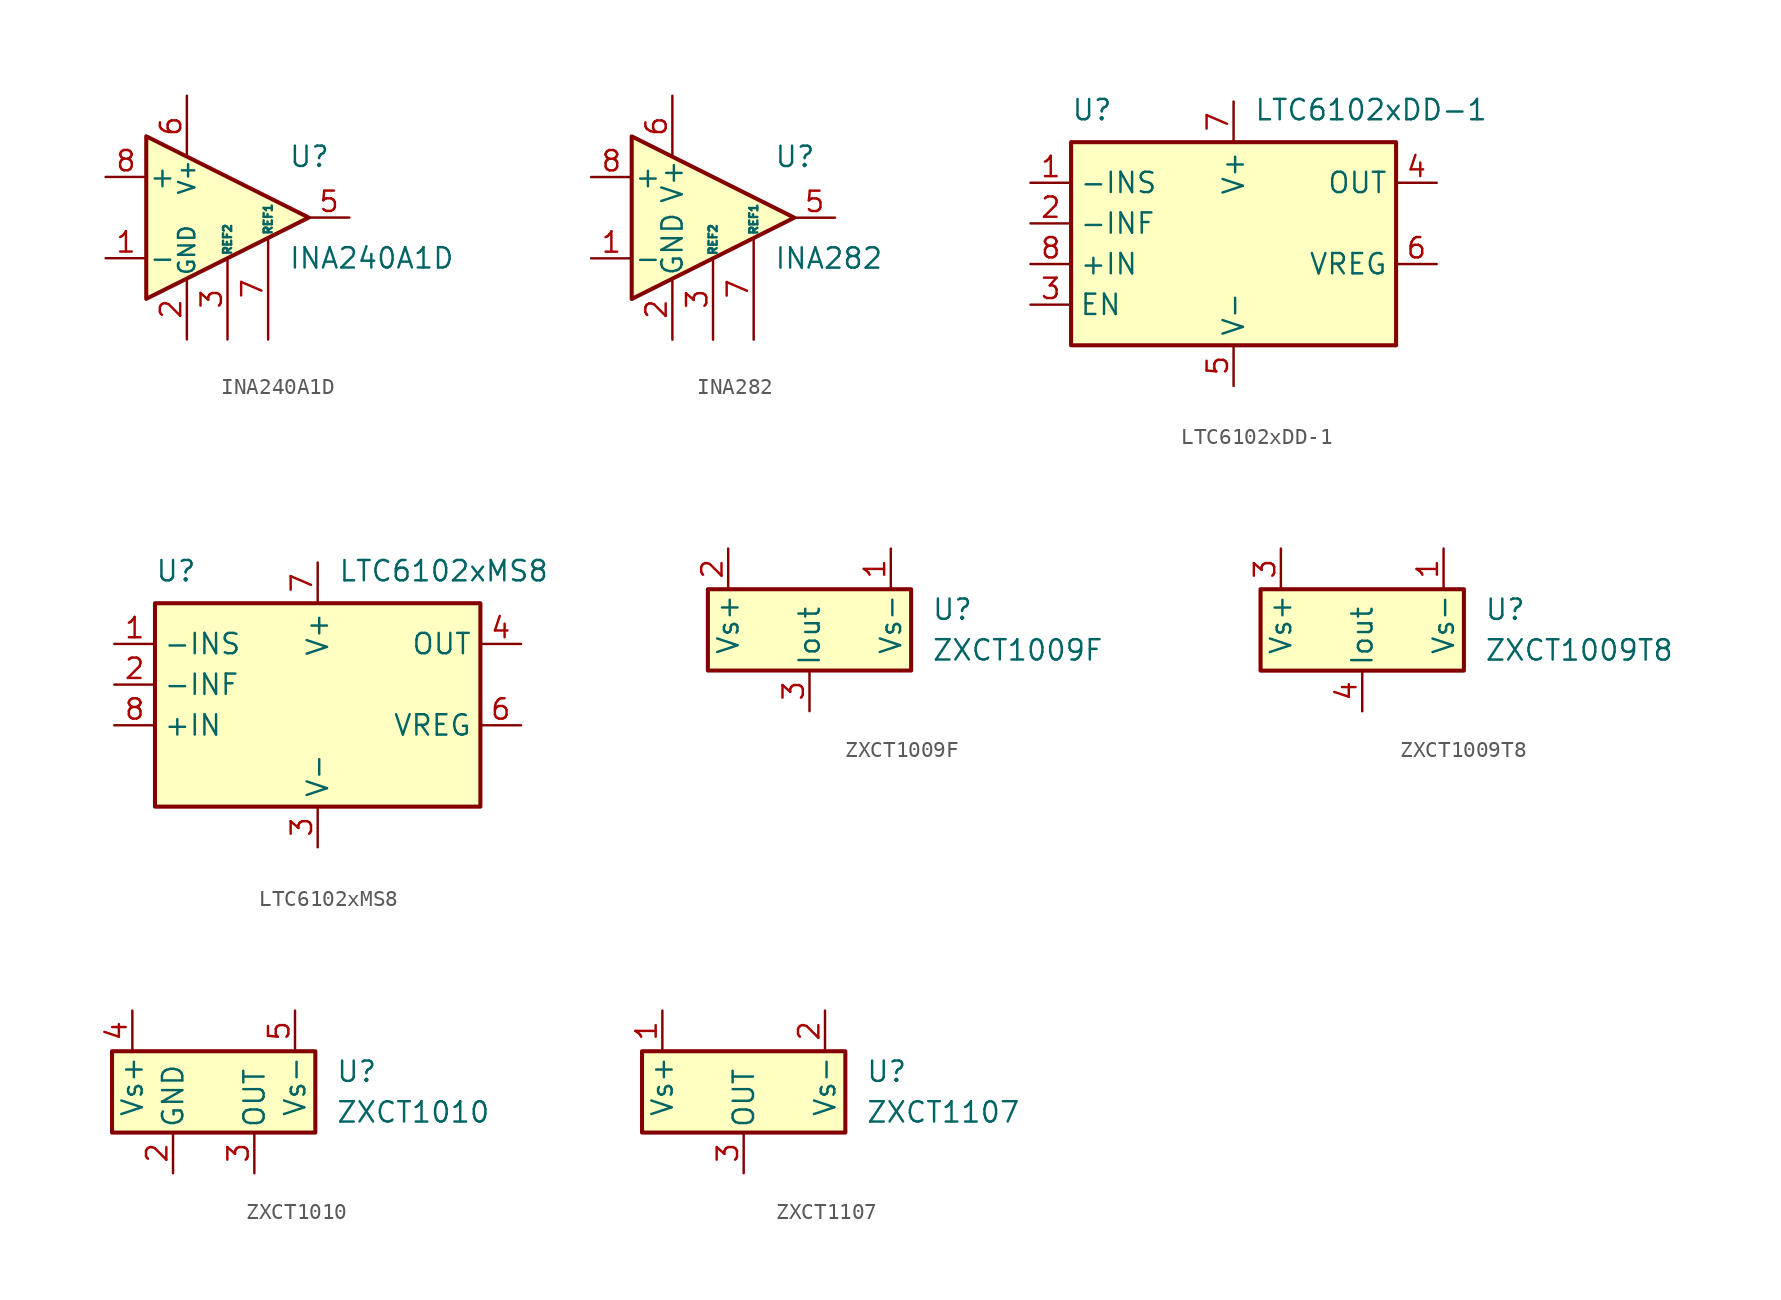
<source format=kicad_sym>
(kicad_symbol_lib
  (version 20220914)
  (generator kicad_symbol_editor)
  (symbol "INA240A1D"
    (pin_names
      (offset 0.127))
    (property "Reference" "U"
      (at 3.81 3.81 0)
      (effects (font (size 1.27 1.27)) (justify left)))
    (property "Value" "INA240A1D"
      (at 3.81 -2.54 0)
      (effects (font (size 1.27 1.27)) (justify left)))
    (symbol "INA240A1D_0_1"
      (polyline (pts (xy 5.08 0) (xy -5.08 5.08) (xy -5.08 -5.08) (xy 5.08 0)) (stroke (width 0.254) (type default)) (fill (type background))))
    (symbol "INA240A1D_1_1"
      (pin input line (at -7.62 -2.54 0) (length 2.54) (name "-" (effects (font (size 1.27 1.27)))) (number "1" (effects (font (size 1.27 1.27)))))
      (pin power_in line (at -2.54 -7.62 90) (length 3.81) (name "GND" (effects (font (size 1.016 1.016)))) (number "2" (effects (font (size 1.27 1.27)))))
      (pin passive line (at 0 -7.62 90) (length 5.08) (name "REF2" (effects (font (size 0.508 0.508)))) (number "3" (effects (font (size 1.27 1.27)))))
      (pin passive line (at -2.54 -7.62 90) (length 3.81) hide (name "GND" (effects (font (size 1.016 1.016)))) (number "4" (effects (font (size 1.27 1.27)))))
      (pin output line (at 7.62 0 180) (length 2.54) (name "~" (effects (font (size 1.27 1.27)))) (number "5" (effects (font (size 1.27 1.27)))))
      (pin power_in line (at -2.54 7.62 270) (length 3.81) (name "V+" (effects (font (size 1.016 1.016)))) (number "6" (effects (font (size 1.27 1.27)))))
      (pin passive line (at 2.54 -7.62 90) (length 6.35) (name "REF1" (effects (font (size 0.508 0.508)))) (number "7" (effects (font (size 1.27 1.27)))))
      (pin input line (at -7.62 2.54 0) (length 2.54) (name "+" (effects (font (size 1.27 1.27)))) (number "8" (effects (font (size 1.27 1.27)))))))
  (symbol "INA282"
    (pin_names
      (offset 0.127))
    (property "Reference" "U"
      (at 3.81 3.81 0)
      (effects (font (size 1.27 1.27)) (justify left)))
    (property "Value" "INA282"
      (at 3.81 -2.54 0)
      (effects (font (size 1.27 1.27)) (justify left)))
    (symbol "INA282_0_1"
      (polyline (pts (xy 5.08 0) (xy -5.08 5.08) (xy -5.08 -5.08) (xy 5.08 0)) (stroke (width 0.254) (type default)) (fill (type background))))
    (symbol "INA282_1_1"
      (pin input line (at -7.62 -2.54 0) (length 2.54) (name "-" (effects (font (size 1.27 1.27)))) (number "1" (effects (font (size 1.27 1.27)))))
      (pin power_in line (at -2.54 -7.62 90) (length 3.81) (name "GND" (effects (font (size 1.27 1.27)))) (number "2" (effects (font (size 1.27 1.27)))))
      (pin input line (at 0 -7.62 90) (length 5.08) (name "REF2" (effects (font (size 0.508 0.508)))) (number "3" (effects (font (size 1.27 1.27)))))
      (pin no_connect line (at -5.08 0 0) (length 2.54) hide (name "NC" (effects (font (size 1.27 1.27)))) (number "4" (effects (font (size 1.27 1.27)))))
      (pin output line (at 7.62 0 180) (length 2.54) (name "~" (effects (font (size 1.27 1.27)))) (number "5" (effects (font (size 1.27 1.27)))))
      (pin input line (at -2.54 7.62 270) (length 3.81) (name "V+" (effects (font (size 1.27 1.27)))) (number "6" (effects (font (size 1.27 1.27)))))
      (pin input line (at 2.54 -7.62 90) (length 6.35) (name "REF1" (effects (font (size 0.508 0.508)))) (number "7" (effects (font (size 1.27 1.27)))))
      (pin input line (at -7.62 2.54 0) (length 2.54) (name "+" (effects (font (size 1.27 1.27)))) (number "8" (effects (font (size 1.27 1.27)))))))
  (symbol "LTC6102xDD-1"
    (property "Reference" "U"
      (at -10.16 8.89 0)
      (effects (font (size 1.27 1.27)) (justify left bottom)))
    (property "Value" "LTC6102xDD-1"
      (at 1.27 8.89 0)
      (effects (font (size 1.27 1.27)) (justify left bottom)))
    (symbol "LTC6102xDD-1_0_1"
      (rectangle (start -10.16 7.62) (end 10.16 -5.08) (stroke (width 0.254) (type default)) (fill (type background))))
    (symbol "LTC6102xDD-1_1_1"
      (pin input line (at -12.7 5.08 0) (length 2.54) (name "-INS" (effects (font (size 1.27 1.27)))) (number "1" (effects (font (size 1.27 1.27)))))
      (pin input line (at -12.7 2.54 0) (length 2.54) (name "-INF" (effects (font (size 1.27 1.27)))) (number "2" (effects (font (size 1.27 1.27)))))
      (pin input line (at -12.7 -2.54 0) (length 2.54) (name "EN" (effects (font (size 1.27 1.27)))) (number "3" (effects (font (size 1.27 1.27)))))
      (pin output line (at 12.7 5.08 180) (length 2.54) (name "OUT" (effects (font (size 1.27 1.27)))) (number "4" (effects (font (size 1.27 1.27)))))
      (pin power_in line (at 0 -7.62 90) (length 2.54) (name "V-" (effects (font (size 1.27 1.27)))) (number "5" (effects (font (size 1.27 1.27)))))
      (pin output line (at 12.7 0 180) (length 2.54) (name "VREG" (effects (font (size 1.27 1.27)))) (number "6" (effects (font (size 1.27 1.27)))))
      (pin power_in line (at 0 10.16 270) (length 2.54) (name "V+" (effects (font (size 1.27 1.27)))) (number "7" (effects (font (size 1.27 1.27)))))
      (pin input line (at -12.7 0 0) (length 2.54) (name "+IN" (effects (font (size 1.27 1.27)))) (number "8" (effects (font (size 1.27 1.27)))))
      (pin passive line (at 0 -7.62 90) (length 2.54) hide (name "V-" (effects (font (size 1.27 1.27)))) (number "9" (effects (font (size 1.27 1.27)))))))
  (symbol "LTC6102xMS8"
    (property "Reference" "U"
      (at -10.16 8.89 0)
      (effects (font (size 1.27 1.27)) (justify left bottom)))
    (property "Value" "LTC6102xMS8"
      (at 1.27 8.89 0)
      (effects (font (size 1.27 1.27)) (justify left bottom)))
    (symbol "LTC6102xMS8_0_1"
      (rectangle (start -10.16 7.62) (end 10.16 -5.08) (stroke (width 0.254) (type default)) (fill (type background))))
    (symbol "LTC6102xMS8_1_1"
      (pin input line (at -12.7 5.08 0) (length 2.54) (name "-INS" (effects (font (size 1.27 1.27)))) (number "1" (effects (font (size 1.27 1.27)))))
      (pin input line (at -12.7 2.54 0) (length 2.54) (name "-INF" (effects (font (size 1.27 1.27)))) (number "2" (effects (font (size 1.27 1.27)))))
      (pin power_in line (at 0 -7.62 90) (length 2.54) (name "V-" (effects (font (size 1.27 1.27)))) (number "3" (effects (font (size 1.27 1.27)))))
      (pin output line (at 12.7 5.08 180) (length 2.54) (name "OUT" (effects (font (size 1.27 1.27)))) (number "4" (effects (font (size 1.27 1.27)))))
      (pin passive line (at 0 -7.62 90) (length 2.54) hide (name "V-" (effects (font (size 1.27 1.27)))) (number "5" (effects (font (size 1.27 1.27)))))
      (pin output line (at 12.7 0 180) (length 2.54) (name "VREG" (effects (font (size 1.27 1.27)))) (number "6" (effects (font (size 1.27 1.27)))))
      (pin power_in line (at 0 10.16 270) (length 2.54) (name "V+" (effects (font (size 1.27 1.27)))) (number "7" (effects (font (size 1.27 1.27)))))
      (pin input line (at -12.7 0 0) (length 2.54) (name "+IN" (effects (font (size 1.27 1.27)))) (number "8" (effects (font (size 1.27 1.27)))))))
  (symbol "ZXCT1009F"
    (pin_names
      (offset 0.254))
    (property "Reference" "U"
      (at 7.62 1.27 0)
      (effects (font (size 1.27 1.27)) (justify left)))
    (property "Value" "ZXCT1009F"
      (at 7.62 -1.27 0)
      (effects (font (size 1.27 1.27)) (justify left)))
    (symbol "ZXCT1009F_0_1"
      (rectangle (start -6.35 2.54) (end 6.35 -2.54) (stroke (width 0.254) (type default)) (fill (type background))))
    (symbol "ZXCT1009F_1_1"
      (pin input line (at 5.08 5.08 270) (length 2.54) (name "Vs-" (effects (font (size 1.27 1.27)))) (number "1" (effects (font (size 1.27 1.27)))))
      (pin input line (at -5.08 5.08 270) (length 2.54) (name "Vs+" (effects (font (size 1.27 1.27)))) (number "2" (effects (font (size 1.27 1.27)))))
      (pin output line (at 0 -5.08 90) (length 2.54) (name "Iout" (effects (font (size 1.27 1.27)))) (number "3" (effects (font (size 1.27 1.27)))))))
  (symbol "ZXCT1009T8"
    (pin_names
      (offset 0.254))
    (property "Reference" "U"
      (at 7.62 1.27 0)
      (effects (font (size 1.27 1.27)) (justify left)))
    (property "Value" "ZXCT1009T8"
      (at 7.62 -1.27 0)
      (effects (font (size 1.27 1.27)) (justify left)))
    (symbol "ZXCT1009T8_0_1"
      (rectangle (start -6.35 2.54) (end 6.35 -2.54) (stroke (width 0.254) (type default)) (fill (type background))))
    (symbol "ZXCT1009T8_1_1"
      (pin input line (at 5.08 5.08 270) (length 2.54) (name "Vs-" (effects (font (size 1.27 1.27)))) (number "1" (effects (font (size 1.27 1.27)))))
      (pin no_connect line (at -2.54 2.54 270) (length 2.54) hide (name "NC" (effects (font (size 1.27 1.27)))) (number "2" (effects (font (size 1.27 1.27)))))
      (pin input line (at -5.08 5.08 270) (length 2.54) (name "Vs+" (effects (font (size 1.27 1.27)))) (number "3" (effects (font (size 1.27 1.27)))))
      (pin output line (at 0 -5.08 90) (length 2.54) (name "Iout" (effects (font (size 1.27 1.27)))) (number "4" (effects (font (size 1.27 1.27)))))
      (pin no_connect line (at 0 2.54 270) (length 2.54) hide (name "NC" (effects (font (size 1.27 1.27)))) (number "5" (effects (font (size 1.27 1.27)))))
      (pin no_connect line (at 2.54 2.54 270) (length 2.54) hide (name "NC" (effects (font (size 1.27 1.27)))) (number "6" (effects (font (size 1.27 1.27)))))
      (pin no_connect line (at -2.54 -2.54 90) (length 2.54) hide (name "NC" (effects (font (size 1.27 1.27)))) (number "7" (effects (font (size 1.27 1.27)))))
      (pin no_connect line (at 2.54 -2.54 90) (length 2.54) hide (name "NC" (effects (font (size 1.27 1.27)))) (number "8" (effects (font (size 1.27 1.27)))))))
  (symbol "ZXCT1010"
    (pin_names
      (offset 0.254))
    (property "Reference" "U"
      (at 7.62 1.27 0)
      (effects (font (size 1.27 1.27)) (justify left)))
    (property "Value" "ZXCT1010"
      (at 7.62 -1.27 0)
      (effects (font (size 1.27 1.27)) (justify left)))
    (symbol "ZXCT1010_0_1"
      (rectangle (start -6.35 2.54) (end 6.35 -2.54) (stroke (width 0.254) (type default)) (fill (type background))))
    (symbol "ZXCT1010_1_1"
      (pin no_connect line (at 0 2.54 270) (length 2.54) hide (name "NC" (effects (font (size 1.27 1.27)))) (number "1" (effects (font (size 1.27 1.27)))))
      (pin power_in line (at -2.54 -5.08 90) (length 2.54) (name "GND" (effects (font (size 1.27 1.27)))) (number "2" (effects (font (size 1.27 1.27)))))
      (pin output line (at 2.54 -5.08 90) (length 2.54) (name "OUT" (effects (font (size 1.27 1.27)))) (number "3" (effects (font (size 1.27 1.27)))))
      (pin input line (at -5.08 5.08 270) (length 2.54) (name "Vs+" (effects (font (size 1.27 1.27)))) (number "4" (effects (font (size 1.27 1.27)))))
      (pin input line (at 5.08 5.08 270) (length 2.54) (name "Vs-" (effects (font (size 1.27 1.27)))) (number "5" (effects (font (size 1.27 1.27)))))))
  (symbol "ZXCT1107"
    (pin_names
      (offset 0.254))
    (property "Reference" "U"
      (at 7.62 1.27 0)
      (effects (font (size 1.27 1.27)) (justify left)))
    (property "Value" "ZXCT1107"
      (at 7.62 -1.27 0)
      (effects (font (size 1.27 1.27)) (justify left)))
    (symbol "ZXCT1107_0_1"
      (rectangle (start -6.35 2.54) (end 6.35 -2.54) (stroke (width 0.254) (type default)) (fill (type background))))
    (symbol "ZXCT1107_1_1"
      (pin input line (at -5.08 5.08 270) (length 2.54) (name "Vs+" (effects (font (size 1.27 1.27)))) (number "1" (effects (font (size 1.27 1.27)))))
      (pin input line (at 5.08 5.08 270) (length 2.54) (name "Vs-" (effects (font (size 1.27 1.27)))) (number "2" (effects (font (size 1.27 1.27)))))
      (pin output line (at 0 -5.08 90) (length 2.54) (name "OUT" (effects (font (size 1.27 1.27)))) (number "3" (effects (font (size 1.27 1.27))))))))
</source>
